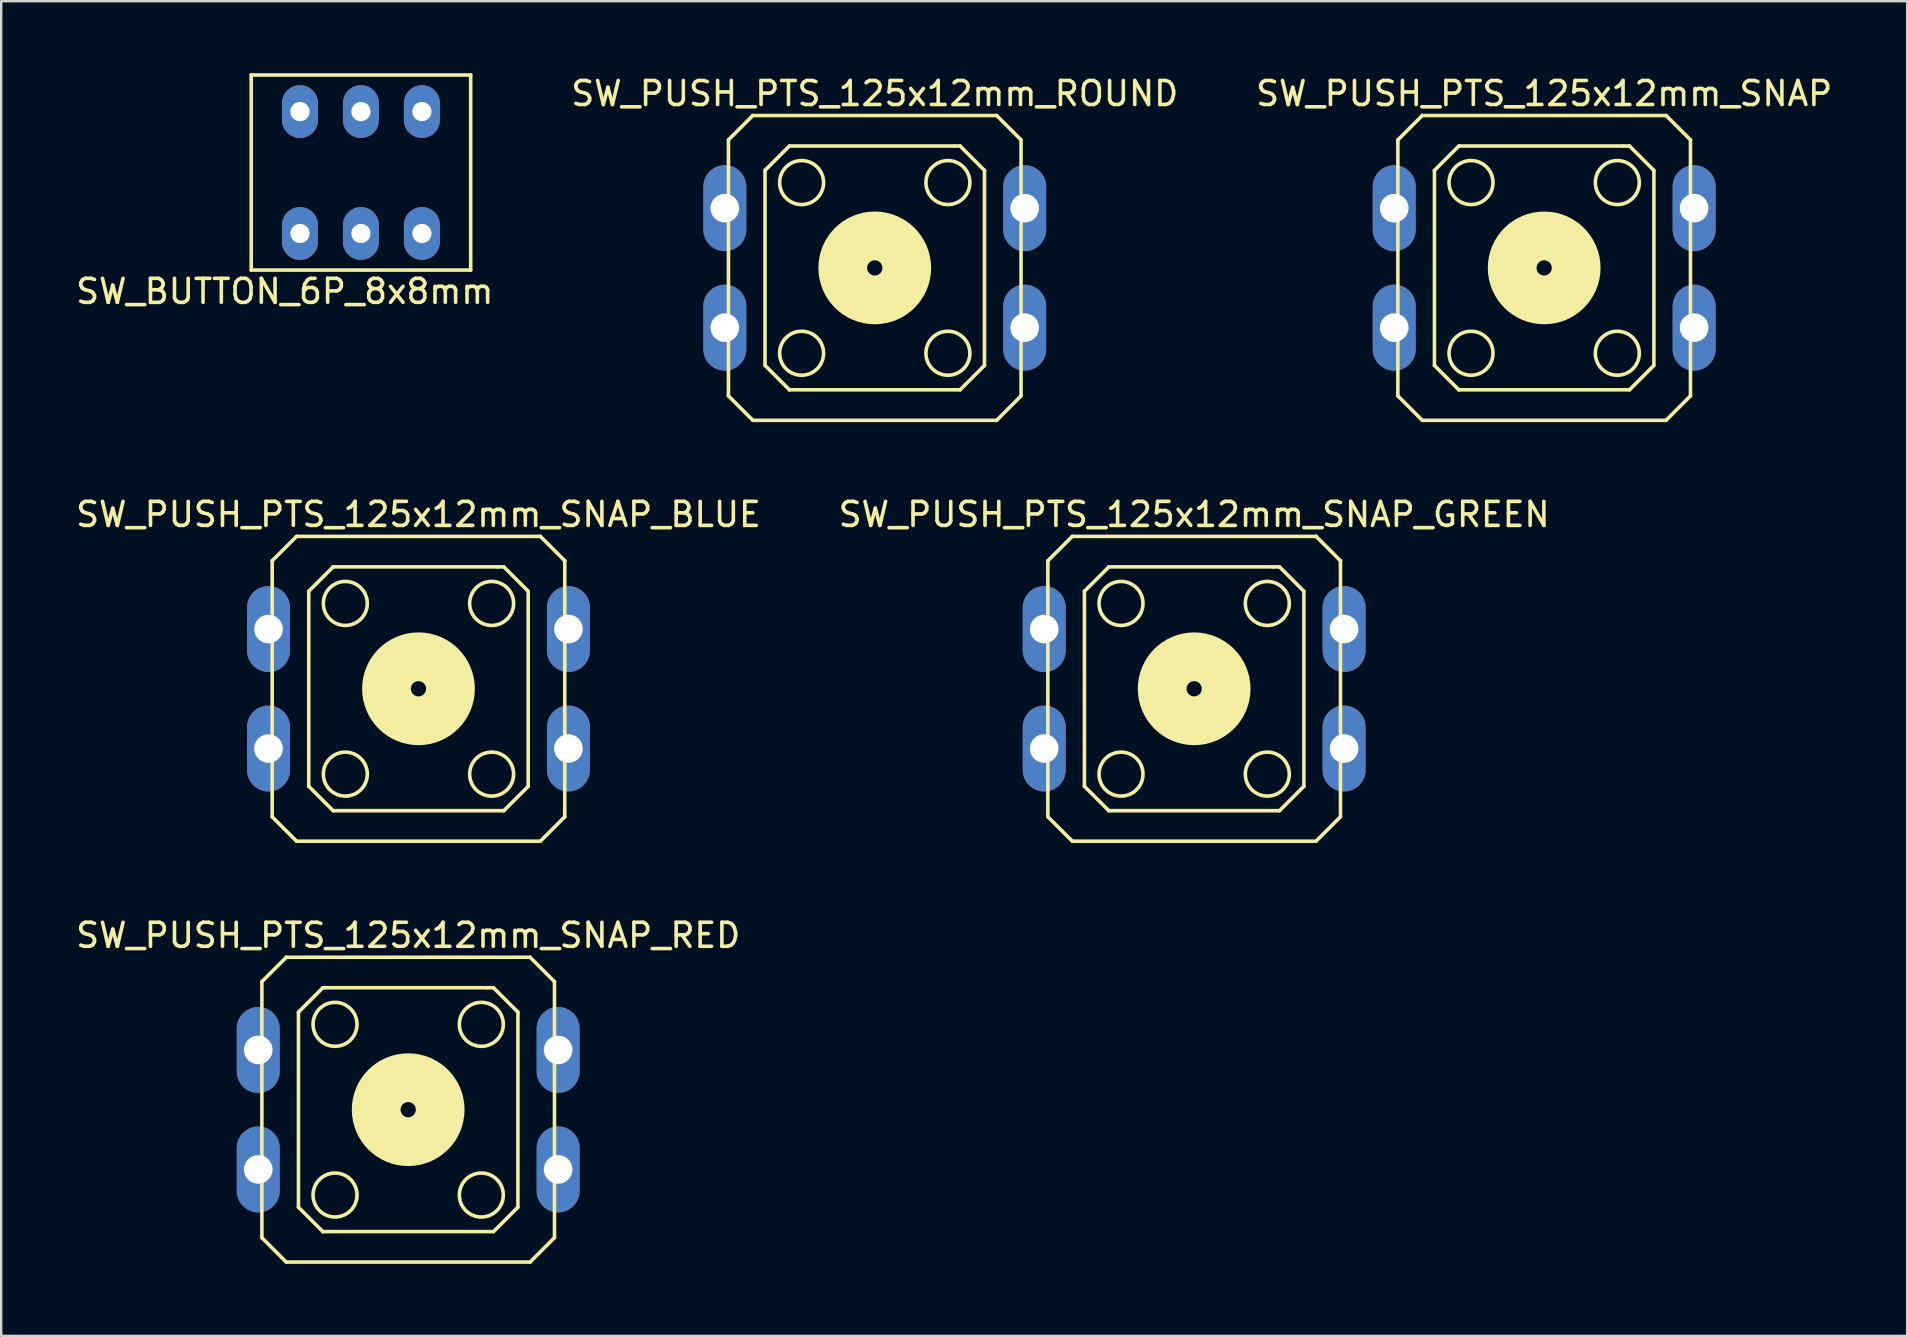
<source format=kicad_pcb>
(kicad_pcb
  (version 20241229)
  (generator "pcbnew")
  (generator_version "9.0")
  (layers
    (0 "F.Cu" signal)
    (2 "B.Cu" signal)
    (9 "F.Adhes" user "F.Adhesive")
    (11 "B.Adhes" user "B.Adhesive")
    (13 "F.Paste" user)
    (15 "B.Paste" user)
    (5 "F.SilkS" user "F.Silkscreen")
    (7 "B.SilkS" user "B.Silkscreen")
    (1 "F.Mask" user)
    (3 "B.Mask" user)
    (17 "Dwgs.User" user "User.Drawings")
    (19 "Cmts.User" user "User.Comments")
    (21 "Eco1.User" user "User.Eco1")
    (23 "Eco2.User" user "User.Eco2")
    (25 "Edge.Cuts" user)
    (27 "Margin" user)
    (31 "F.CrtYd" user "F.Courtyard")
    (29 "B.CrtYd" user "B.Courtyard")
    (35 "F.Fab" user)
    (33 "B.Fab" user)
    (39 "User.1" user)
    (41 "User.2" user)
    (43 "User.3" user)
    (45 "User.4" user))
  (footprint "SW_PUSH_PTS_125x12mm_SNAP_GREEN"
    (layer "F.Cu")
    (at 46.708 25.65)
    (property "Reference" "SW_PUSH_PTS_125x12mm_SNAP_GREEN" (at 0 -7.264 0) (layer "F.SilkS") (effects (font (size 1 1) (thickness 0.15))))
    (attr through_hole)
    (fp_line (start -6.096 -5.334) (end -6.096 5.334) (stroke (width 0.15) (type solid)) (layer "F.SilkS"))
    (fp_line (start -6.096 -5.334) (end -5.08 -6.35) (stroke (width 0.15) (type solid)) (layer "F.SilkS"))
    (fp_line (start -5.08 -6.35) (end 5.08 -6.35) (stroke (width 0.15) (type solid)) (layer "F.SilkS"))
    (fp_line (start -5.08 6.35) (end -6.096 5.334) (stroke (width 0.15) (type solid)) (layer "F.SilkS"))
    (fp_line (start -5.08 6.35) (end 5.08 6.35) (stroke (width 0.15) (type solid)) (layer "F.SilkS"))
    (fp_line (start -4.572 -4.064) (end -4.572 4.064) (stroke (width 0.15) (type solid)) (layer "F.SilkS"))
    (fp_line (start -4.572 -4.064) (end -3.556 -5.08) (stroke (width 0.15) (type solid)) (layer "F.SilkS"))
    (fp_line (start -4.572 4.064) (end -3.556 5.08) (stroke (width 0.15) (type solid)) (layer "F.SilkS"))
    (fp_line (start -3.556 -5.08) (end 3.302 -5.08) (stroke (width 0.15) (type solid)) (layer "F.SilkS"))
    (fp_line (start 3.302 -5.08) (end 3.556 -5.08) (stroke (width 0.15) (type solid)) (layer "F.SilkS"))
    (fp_line (start 3.556 -5.08) (end 4.572 -4.064) (stroke (width 0.15) (type solid)) (layer "F.SilkS"))
    (fp_line (start 3.556 5.08) (end -3.556 5.08) (stroke (width 0.15) (type solid)) (layer "F.SilkS"))
    (fp_line (start 4.572 4.064) (end 3.556 5.08) (stroke (width 0.15) (type solid)) (layer "F.SilkS"))
    (fp_line (start 4.572 4.064) (end 4.572 -4.064) (stroke (width 0.15) (type solid)) (layer "F.SilkS"))
    (fp_line (start 5.08 6.35) (end 6.096 5.334) (stroke (width 0.15) (type solid)) (layer "F.SilkS"))
    (fp_line (start 6.096 -5.334) (end 5.08 -6.35) (stroke (width 0.15) (type solid)) (layer "F.SilkS"))
    (fp_line (start 6.096 5.334) (end 6.096 -5.334) (stroke (width 0.15) (type solid)) (layer "F.SilkS"))
    (fp_circle (center -3.048 -3.556) (end -2.54 -2.794) (stroke (width 0.15) (type solid)) (fill no) (layer "F.SilkS"))
    (fp_circle (center -3.048 3.556) (end -2.286 3.048) (stroke (width 0.15) (type solid)) (fill no) (layer "F.SilkS"))
    (fp_circle (center 0 0) (end 1.333 0) (stroke (width 2.032) (type solid)) (fill no) (layer "F.SilkS"))
    (fp_circle (center 3.048 -3.556) (end 2.286 -3.048) (stroke (width 0.15) (type solid)) (fill no) (layer "F.SilkS"))
    (fp_circle (center 3.048 3.556) (end 2.286 3.048) (stroke (width 0.15) (type solid)) (fill no) (layer "F.SilkS"))
    (pad "1" thru_hole oval (at -6.248 -2.489) (size 1.791 3.581) (drill 1.194) (layers "*.Cu" "*.Mask"))
    (pad "2" thru_hole oval (at 6.248 -2.489) (size 1.791 3.581) (drill 1.194) (layers "*.Cu" "*.Mask"))
    (pad "3" thru_hole oval (at -6.248 2.489) (size 1.791 3.581) (drill 1.194) (layers "*.Cu" "*.Mask"))
    (pad "4" thru_hole oval (at 6.248 2.489) (size 1.791 3.581) (drill 1.194) (layers "*.Cu" "*.Mask")))
  (footprint "SW_PUSH_PTS_125x12mm_SNAP_RED"
    (layer "F.Cu")
    (at 13.958 43.188)
    (property "Reference" "SW_PUSH_PTS_125x12mm_SNAP_RED" (at 0 -7.264 0) (layer "F.SilkS") (effects (font (size 1 1) (thickness 0.15))))
    (attr through_hole)
    (fp_line (start -6.096 -5.334) (end -6.096 5.334) (stroke (width 0.15) (type solid)) (layer "F.SilkS"))
    (fp_line (start -6.096 -5.334) (end -5.08 -6.35) (stroke (width 0.15) (type solid)) (layer "F.SilkS"))
    (fp_line (start -5.08 -6.35) (end 5.08 -6.35) (stroke (width 0.15) (type solid)) (layer "F.SilkS"))
    (fp_line (start -5.08 6.35) (end -6.096 5.334) (stroke (width 0.15) (type solid)) (layer "F.SilkS"))
    (fp_line (start -5.08 6.35) (end 5.08 6.35) (stroke (width 0.15) (type solid)) (layer "F.SilkS"))
    (fp_line (start -4.572 -4.064) (end -4.572 4.064) (stroke (width 0.15) (type solid)) (layer "F.SilkS"))
    (fp_line (start -4.572 -4.064) (end -3.556 -5.08) (stroke (width 0.15) (type solid)) (layer "F.SilkS"))
    (fp_line (start -4.572 4.064) (end -3.556 5.08) (stroke (width 0.15) (type solid)) (layer "F.SilkS"))
    (fp_line (start -3.556 -5.08) (end 3.302 -5.08) (stroke (width 0.15) (type solid)) (layer "F.SilkS"))
    (fp_line (start 3.302 -5.08) (end 3.556 -5.08) (stroke (width 0.15) (type solid)) (layer "F.SilkS"))
    (fp_line (start 3.556 -5.08) (end 4.572 -4.064) (stroke (width 0.15) (type solid)) (layer "F.SilkS"))
    (fp_line (start 3.556 5.08) (end -3.556 5.08) (stroke (width 0.15) (type solid)) (layer "F.SilkS"))
    (fp_line (start 4.572 4.064) (end 3.556 5.08) (stroke (width 0.15) (type solid)) (layer "F.SilkS"))
    (fp_line (start 4.572 4.064) (end 4.572 -4.064) (stroke (width 0.15) (type solid)) (layer "F.SilkS"))
    (fp_line (start 5.08 6.35) (end 6.096 5.334) (stroke (width 0.15) (type solid)) (layer "F.SilkS"))
    (fp_line (start 6.096 -5.334) (end 5.08 -6.35) (stroke (width 0.15) (type solid)) (layer "F.SilkS"))
    (fp_line (start 6.096 5.334) (end 6.096 -5.334) (stroke (width 0.15) (type solid)) (layer "F.SilkS"))
    (fp_circle (center -3.048 -3.556) (end -2.54 -2.794) (stroke (width 0.15) (type solid)) (fill no) (layer "F.SilkS"))
    (fp_circle (center -3.048 3.556) (end -2.286 3.048) (stroke (width 0.15) (type solid)) (fill no) (layer "F.SilkS"))
    (fp_circle (center 0 0) (end 1.333 0) (stroke (width 2.032) (type solid)) (fill no) (layer "F.SilkS"))
    (fp_circle (center 3.048 -3.556) (end 2.286 -3.048) (stroke (width 0.15) (type solid)) (fill no) (layer "F.SilkS"))
    (fp_circle (center 3.048 3.556) (end 2.286 3.048) (stroke (width 0.15) (type solid)) (fill no) (layer "F.SilkS"))
    (pad "1" thru_hole oval (at -6.248 -2.489) (size 1.791 3.581) (drill 1.194) (layers "*.Cu" "*.Mask"))
    (pad "2" thru_hole oval (at 6.248 -2.489) (size 1.791 3.581) (drill 1.194) (layers "*.Cu" "*.Mask"))
    (pad "3" thru_hole oval (at -6.248 2.489) (size 1.791 3.581) (drill 1.194) (layers "*.Cu" "*.Mask"))
    (pad "4" thru_hole oval (at 6.248 2.489) (size 1.791 3.581) (drill 1.194) (layers "*.Cu" "*.Mask")))
  (footprint "SW_BUTTON_6P_8x8mm"
    (layer "F.Cu")
    (at 11.99 4.139)
    (property "Reference" "SW_BUTTON_6P_8x8mm" (at -3.175 4.953 0) (layer "F.SilkS") (effects (font (size 1 1) (thickness 0.15))))
    (attr through_hole)
    (fp_line (start -4.572 -4.064) (end 4.572 -4.064) (stroke (width 0.15) (type solid)) (layer "F.SilkS"))
    (fp_line (start -4.572 4.064) (end -4.572 -4.064) (stroke (width 0.15) (type solid)) (layer "F.SilkS"))
    (fp_line (start 4.572 -4.064) (end 4.572 4.064) (stroke (width 0.15) (type solid)) (layer "F.SilkS"))
    (fp_line (start 4.572 4.064) (end -4.572 4.064) (stroke (width 0.15) (type solid)) (layer "F.SilkS"))
    (pad "1" thru_hole oval (at -2.54 -2.54) (size 1.501 2.2) (drill 0.8) (layers "*.Cu" "*.Mask"))
    (pad "2" thru_hole oval (at 0 -2.54) (size 1.501 2.2) (drill 0.8) (layers "*.Cu" "*.Mask"))
    (pad "3" thru_hole oval (at 2.54 -2.54) (size 1.501 2.2) (drill 0.8) (layers "*.Cu" "*.Mask"))
    (pad "4" thru_hole oval (at -2.54 2.54) (size 1.501 2.2) (drill 0.8) (layers "*.Cu" "*.Mask"))
    (pad "5" thru_hole oval (at 0 2.54) (size 1.501 2.2) (drill 0.8) (layers "*.Cu" "*.Mask"))
    (pad "6" thru_hole oval (at 2.54 2.54) (size 1.501 2.2) (drill 0.8) (layers "*.Cu" "*.Mask")))
  (footprint "SW_PUSH_PTS_125x12mm_SNAP"
    (layer "F.Cu")
    (at 61.292 8.113)
    (property "Reference" "SW_PUSH_PTS_125x12mm_SNAP" (at 0 -7.264 0) (layer "F.SilkS") (effects (font (size 1 1) (thickness 0.15))))
    (attr through_hole)
    (fp_line (start -6.096 -5.334) (end -6.096 5.334) (stroke (width 0.15) (type solid)) (layer "F.SilkS"))
    (fp_line (start -6.096 -5.334) (end -5.08 -6.35) (stroke (width 0.15) (type solid)) (layer "F.SilkS"))
    (fp_line (start -5.08 -6.35) (end 5.08 -6.35) (stroke (width 0.15) (type solid)) (layer "F.SilkS"))
    (fp_line (start -5.08 6.35) (end -6.096 5.334) (stroke (width 0.15) (type solid)) (layer "F.SilkS"))
    (fp_line (start -5.08 6.35) (end 5.08 6.35) (stroke (width 0.15) (type solid)) (layer "F.SilkS"))
    (fp_line (start -4.572 -4.064) (end -4.572 4.064) (stroke (width 0.15) (type solid)) (layer "F.SilkS"))
    (fp_line (start -4.572 -4.064) (end -3.556 -5.08) (stroke (width 0.15) (type solid)) (layer "F.SilkS"))
    (fp_line (start -4.572 4.064) (end -3.556 5.08) (stroke (width 0.15) (type solid)) (layer "F.SilkS"))
    (fp_line (start -3.556 -5.08) (end 3.302 -5.08) (stroke (width 0.15) (type solid)) (layer "F.SilkS"))
    (fp_line (start 3.302 -5.08) (end 3.556 -5.08) (stroke (width 0.15) (type solid)) (layer "F.SilkS"))
    (fp_line (start 3.556 -5.08) (end 4.572 -4.064) (stroke (width 0.15) (type solid)) (layer "F.SilkS"))
    (fp_line (start 3.556 5.08) (end -3.556 5.08) (stroke (width 0.15) (type solid)) (layer "F.SilkS"))
    (fp_line (start 4.572 4.064) (end 3.556 5.08) (stroke (width 0.15) (type solid)) (layer "F.SilkS"))
    (fp_line (start 4.572 4.064) (end 4.572 -4.064) (stroke (width 0.15) (type solid)) (layer "F.SilkS"))
    (fp_line (start 5.08 6.35) (end 6.096 5.334) (stroke (width 0.15) (type solid)) (layer "F.SilkS"))
    (fp_line (start 6.096 -5.334) (end 5.08 -6.35) (stroke (width 0.15) (type solid)) (layer "F.SilkS"))
    (fp_line (start 6.096 5.334) (end 6.096 -5.334) (stroke (width 0.15) (type solid)) (layer "F.SilkS"))
    (fp_circle (center -3.048 -3.556) (end -2.54 -2.794) (stroke (width 0.15) (type solid)) (fill no) (layer "F.SilkS"))
    (fp_circle (center -3.048 3.556) (end -2.286 3.048) (stroke (width 0.15) (type solid)) (fill no) (layer "F.SilkS"))
    (fp_circle (center 0 0) (end 1.333 0) (stroke (width 2.032) (type solid)) (fill no) (layer "F.SilkS"))
    (fp_circle (center 3.048 -3.556) (end 2.286 -3.048) (stroke (width 0.15) (type solid)) (fill no) (layer "F.SilkS"))
    (fp_circle (center 3.048 3.556) (end 2.286 3.048) (stroke (width 0.15) (type solid)) (fill no) (layer "F.SilkS"))
    (pad "1" thru_hole oval (at -6.248 -2.489) (size 1.791 3.581) (drill 1.194) (layers "*.Cu" "*.Mask"))
    (pad "2" thru_hole oval (at 6.248 -2.489) (size 1.791 3.581) (drill 1.194) (layers "*.Cu" "*.Mask"))
    (pad "3" thru_hole oval (at -6.248 2.489) (size 1.791 3.581) (drill 1.194) (layers "*.Cu" "*.Mask"))
    (pad "4" thru_hole oval (at 6.248 2.489) (size 1.791 3.581) (drill 1.194) (layers "*.Cu" "*.Mask")))
  (footprint "SW_PUSH_PTS_125x12mm_ROUND"
    (layer "F.Cu")
    (at 33.399 8.113)
    (property "Reference" "SW_PUSH_PTS_125x12mm_ROUND" (at 0 -7.264 0) (layer "F.SilkS") (effects (font (size 1 1) (thickness 0.15))))
    (attr through_hole)
    (fp_line (start -6.096 -5.334) (end -6.096 5.334) (stroke (width 0.15) (type solid)) (layer "F.SilkS"))
    (fp_line (start -6.096 -5.334) (end -5.08 -6.35) (stroke (width 0.15) (type solid)) (layer "F.SilkS"))
    (fp_line (start -5.08 -6.35) (end 5.08 -6.35) (stroke (width 0.15) (type solid)) (layer "F.SilkS"))
    (fp_line (start -5.08 6.35) (end -6.096 5.334) (stroke (width 0.15) (type solid)) (layer "F.SilkS"))
    (fp_line (start -5.08 6.35) (end 5.08 6.35) (stroke (width 0.15) (type solid)) (layer "F.SilkS"))
    (fp_line (start -4.572 -4.064) (end -4.572 4.064) (stroke (width 0.15) (type solid)) (layer "F.SilkS"))
    (fp_line (start -4.572 -4.064) (end -3.556 -5.08) (stroke (width 0.15) (type solid)) (layer "F.SilkS"))
    (fp_line (start -4.572 4.064) (end -3.556 5.08) (stroke (width 0.15) (type solid)) (layer "F.SilkS"))
    (fp_line (start -3.556 -5.08) (end 3.302 -5.08) (stroke (width 0.15) (type solid)) (layer "F.SilkS"))
    (fp_line (start 3.302 -5.08) (end 3.556 -5.08) (stroke (width 0.15) (type solid)) (layer "F.SilkS"))
    (fp_line (start 3.556 -5.08) (end 4.572 -4.064) (stroke (width 0.15) (type solid)) (layer "F.SilkS"))
    (fp_line (start 3.556 5.08) (end -3.556 5.08) (stroke (width 0.15) (type solid)) (layer "F.SilkS"))
    (fp_line (start 4.572 4.064) (end 3.556 5.08) (stroke (width 0.15) (type solid)) (layer "F.SilkS"))
    (fp_line (start 4.572 4.064) (end 4.572 -4.064) (stroke (width 0.15) (type solid)) (layer "F.SilkS"))
    (fp_line (start 5.08 6.35) (end 6.096 5.334) (stroke (width 0.15) (type solid)) (layer "F.SilkS"))
    (fp_line (start 6.096 -5.334) (end 5.08 -6.35) (stroke (width 0.15) (type solid)) (layer "F.SilkS"))
    (fp_line (start 6.096 5.334) (end 6.096 -5.334) (stroke (width 0.15) (type solid)) (layer "F.SilkS"))
    (fp_circle (center -3.048 -3.556) (end -2.54 -2.794) (stroke (width 0.15) (type solid)) (fill no) (layer "F.SilkS"))
    (fp_circle (center -3.048 3.556) (end -2.286 3.048) (stroke (width 0.15) (type solid)) (fill no) (layer "F.SilkS"))
    (fp_circle (center 0 0) (end 1.333 0) (stroke (width 2.032) (type solid)) (fill no) (layer "F.SilkS"))
    (fp_circle (center 3.048 -3.556) (end 2.286 -3.048) (stroke (width 0.15) (type solid)) (fill no) (layer "F.SilkS"))
    (fp_circle (center 3.048 3.556) (end 2.286 3.048) (stroke (width 0.15) (type solid)) (fill no) (layer "F.SilkS"))
    (pad "1" thru_hole oval (at -6.248 -2.489) (size 1.791 3.581) (drill 1.194) (layers "*.Cu" "*.Mask"))
    (pad "2" thru_hole oval (at 6.248 -2.489) (size 1.791 3.581) (drill 1.194) (layers "*.Cu" "*.Mask"))
    (pad "3" thru_hole oval (at -6.248 2.489) (size 1.791 3.581) (drill 1.194) (layers "*.Cu" "*.Mask"))
    (pad "4" thru_hole oval (at 6.248 2.489) (size 1.791 3.581) (drill 1.194) (layers "*.Cu" "*.Mask")))
  (footprint "SW_PUSH_PTS_125x12mm_SNAP_BLUE"
    (layer "F.Cu")
    (at 14.387 25.65)
    (property "Reference" "SW_PUSH_PTS_125x12mm_SNAP_BLUE" (at 0 -7.264 0) (layer "F.SilkS") (effects (font (size 1 1) (thickness 0.15))))
    (attr through_hole)
    (fp_line (start -6.096 -5.334) (end -6.096 5.334) (stroke (width 0.15) (type solid)) (layer "F.SilkS"))
    (fp_line (start -6.096 -5.334) (end -5.08 -6.35) (stroke (width 0.15) (type solid)) (layer "F.SilkS"))
    (fp_line (start -5.08 -6.35) (end 5.08 -6.35) (stroke (width 0.15) (type solid)) (layer "F.SilkS"))
    (fp_line (start -5.08 6.35) (end -6.096 5.334) (stroke (width 0.15) (type solid)) (layer "F.SilkS"))
    (fp_line (start -5.08 6.35) (end 5.08 6.35) (stroke (width 0.15) (type solid)) (layer "F.SilkS"))
    (fp_line (start -4.572 -4.064) (end -4.572 4.064) (stroke (width 0.15) (type solid)) (layer "F.SilkS"))
    (fp_line (start -4.572 -4.064) (end -3.556 -5.08) (stroke (width 0.15) (type solid)) (layer "F.SilkS"))
    (fp_line (start -4.572 4.064) (end -3.556 5.08) (stroke (width 0.15) (type solid)) (layer "F.SilkS"))
    (fp_line (start -3.556 -5.08) (end 3.302 -5.08) (stroke (width 0.15) (type solid)) (layer "F.SilkS"))
    (fp_line (start 3.302 -5.08) (end 3.556 -5.08) (stroke (width 0.15) (type solid)) (layer "F.SilkS"))
    (fp_line (start 3.556 -5.08) (end 4.572 -4.064) (stroke (width 0.15) (type solid)) (layer "F.SilkS"))
    (fp_line (start 3.556 5.08) (end -3.556 5.08) (stroke (width 0.15) (type solid)) (layer "F.SilkS"))
    (fp_line (start 4.572 4.064) (end 3.556 5.08) (stroke (width 0.15) (type solid)) (layer "F.SilkS"))
    (fp_line (start 4.572 4.064) (end 4.572 -4.064) (stroke (width 0.15) (type solid)) (layer "F.SilkS"))
    (fp_line (start 5.08 6.35) (end 6.096 5.334) (stroke (width 0.15) (type solid)) (layer "F.SilkS"))
    (fp_line (start 6.096 -5.334) (end 5.08 -6.35) (stroke (width 0.15) (type solid)) (layer "F.SilkS"))
    (fp_line (start 6.096 5.334) (end 6.096 -5.334) (stroke (width 0.15) (type solid)) (layer "F.SilkS"))
    (fp_circle (center -3.048 -3.556) (end -2.54 -2.794) (stroke (width 0.15) (type solid)) (fill no) (layer "F.SilkS"))
    (fp_circle (center -3.048 3.556) (end -2.286 3.048) (stroke (width 0.15) (type solid)) (fill no) (layer "F.SilkS"))
    (fp_circle (center 0 0) (end 1.333 0) (stroke (width 2.032) (type solid)) (fill no) (layer "F.SilkS"))
    (fp_circle (center 3.048 -3.556) (end 2.286 -3.048) (stroke (width 0.15) (type solid)) (fill no) (layer "F.SilkS"))
    (fp_circle (center 3.048 3.556) (end 2.286 3.048) (stroke (width 0.15) (type solid)) (fill no) (layer "F.SilkS"))
    (pad "1" thru_hole oval (at -6.248 -2.489) (size 1.791 3.581) (drill 1.194) (layers "*.Cu" "*.Mask"))
    (pad "2" thru_hole oval (at 6.248 -2.489) (size 1.791 3.581) (drill 1.194) (layers "*.Cu" "*.Mask"))
    (pad "3" thru_hole oval (at -6.248 2.489) (size 1.791 3.581) (drill 1.194) (layers "*.Cu" "*.Mask"))
    (pad "4" thru_hole oval (at 6.248 2.489) (size 1.791 3.581) (drill 1.194) (layers "*.Cu" "*.Mask")))
  (gr_rect
    (start -3 -3)
    (end 76.417 52.613)
    (stroke (width 0.1) (type default))
    (fill no)
    (layer "Edge.Cuts")))
</source>
